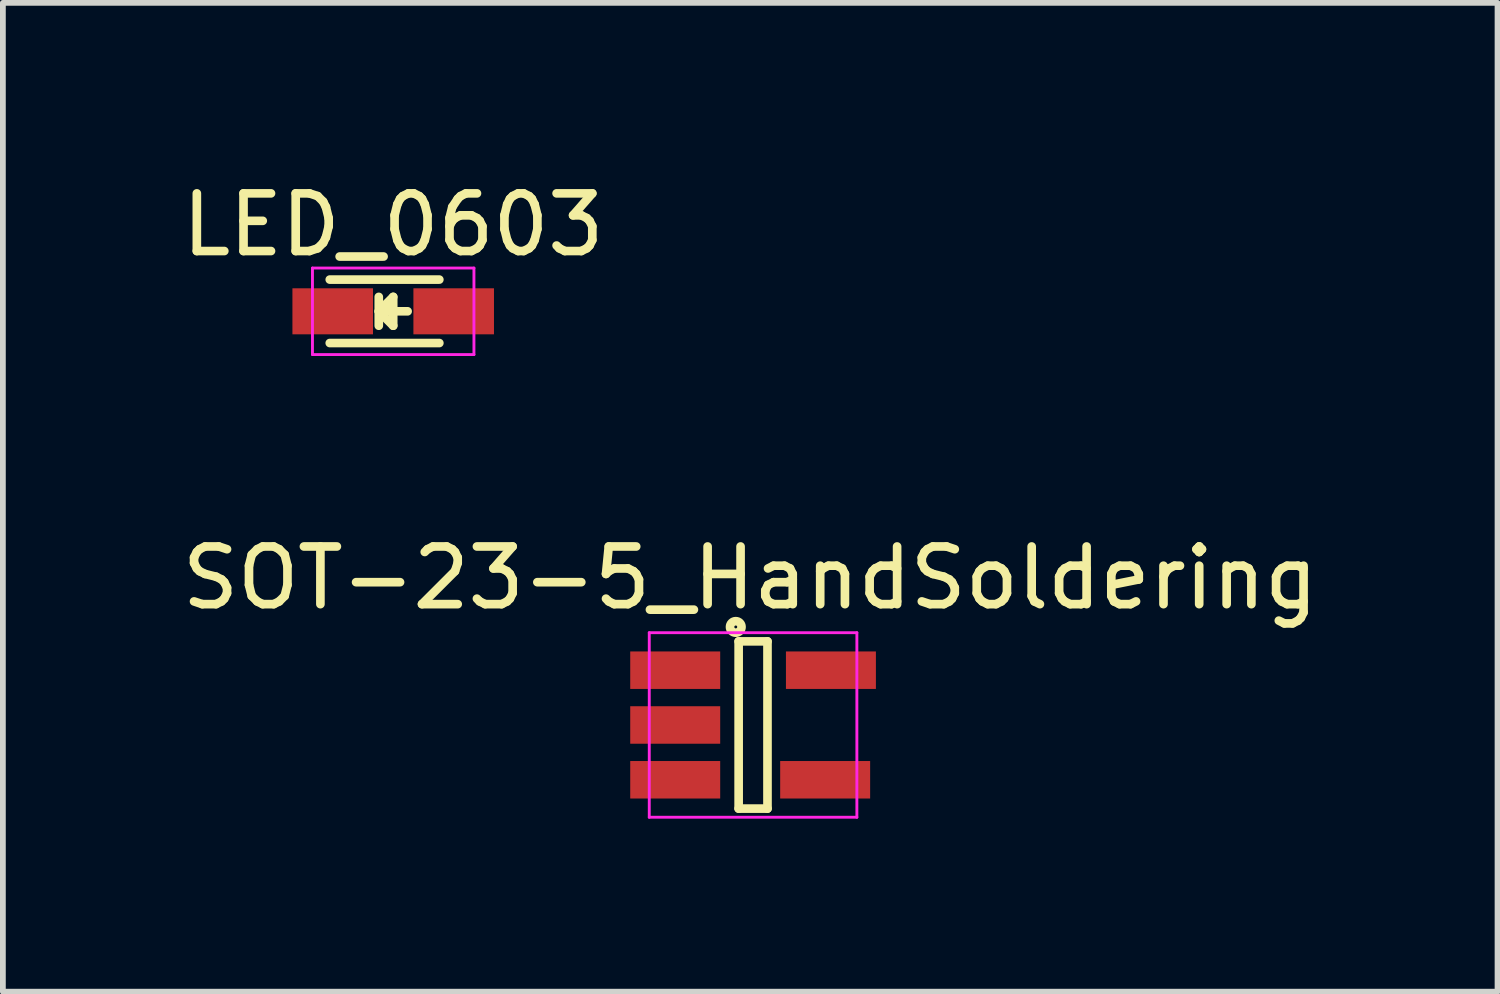
<source format=kicad_pcb>
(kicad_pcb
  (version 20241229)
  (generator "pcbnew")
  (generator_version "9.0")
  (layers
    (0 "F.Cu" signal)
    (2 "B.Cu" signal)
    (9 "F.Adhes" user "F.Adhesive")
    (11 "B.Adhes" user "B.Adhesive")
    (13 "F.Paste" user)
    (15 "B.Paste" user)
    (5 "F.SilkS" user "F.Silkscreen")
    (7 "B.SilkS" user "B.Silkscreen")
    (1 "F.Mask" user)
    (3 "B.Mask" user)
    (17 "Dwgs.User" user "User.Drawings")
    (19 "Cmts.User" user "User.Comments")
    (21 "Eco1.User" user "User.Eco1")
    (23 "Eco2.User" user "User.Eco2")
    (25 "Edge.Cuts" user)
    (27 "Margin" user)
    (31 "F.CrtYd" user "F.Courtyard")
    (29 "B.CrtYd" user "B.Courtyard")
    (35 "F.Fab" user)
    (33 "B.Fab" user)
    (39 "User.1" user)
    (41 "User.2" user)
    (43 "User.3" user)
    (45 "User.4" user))
  (footprint "SOT-23-5_HandSoldering"
    (layer "F.Cu")
    (at 10.008 9.521)
    (property "Reference" "SOT-23-5_HandSoldering" (at -0.05 -2.55 0) (layer "F.SilkS") (effects (font (size 1 1) (thickness 0.15))))
    (attr smd)
    (fp_line (start -0.25 -1.45) (end -0.25 1.45) (stroke (width 0.15) (type solid)) (layer "F.SilkS"))
    (fp_line (start -0.25 1.45) (end 0.25 1.45) (stroke (width 0.15) (type solid)) (layer "F.SilkS"))
    (fp_line (start 0.25 -1.45) (end -0.25 -1.45) (stroke (width 0.15) (type solid)) (layer "F.SilkS"))
    (fp_line (start 0.25 1.45) (end 0.25 -1.45) (stroke (width 0.15) (type solid)) (layer "F.SilkS"))
    (fp_circle (center -0.3 -1.7) (end -0.2 -1.7) (stroke (width 0.15) (type solid)) (fill no) (layer "F.SilkS"))
    (fp_line (start -1.8 -1.6) (end 1.8 -1.6) (stroke (width 0.05) (type solid)) (layer "F.CrtYd"))
    (fp_line (start -1.8 1.6) (end -1.8 -1.6) (stroke (width 0.05) (type solid)) (layer "F.CrtYd"))
    (fp_line (start 1.8 -1.6) (end 1.8 1.6) (stroke (width 0.05) (type solid)) (layer "F.CrtYd"))
    (fp_line (start 1.8 1.6) (end -1.8 1.6) (stroke (width 0.05) (type solid)) (layer "F.CrtYd"))
    (pad "1" smd rect (at -1.35 -0.95) (size 1.56 0.65) (layers "F.Cu" "F.Mask" "F.Paste"))
    (pad "2" smd rect (at -1.35 0) (size 1.56 0.65) (layers "F.Cu" "F.Mask" "F.Paste"))
    (pad "3" smd rect (at -1.35 0.95) (size 1.56 0.65) (layers "F.Cu" "F.Mask" "F.Paste"))
    (pad "4" smd rect (at 1.25 0.95) (size 1.56 0.65) (layers "F.Cu" "F.Mask" "F.Paste"))
    (pad "5" smd rect (at 1.35 -0.95) (size 1.56 0.65) (layers "F.Cu" "F.Mask" "F.Paste")))
  (footprint "LED_0603"
    (layer "F.Cu")
    (at 3.768 2.348)
    (property "Reference" "LED_0603" (at 0 -1.5 0) (layer "F.SilkS") (effects (font (size 1 1) (thickness 0.15))))
    (attr smd)
    (fp_line (start -1.1 -0.55) (end 0.8 -0.55) (stroke (width 0.15) (type solid)) (layer "F.SilkS"))
    (fp_line (start -1.1 0.55) (end 0.8 0.55) (stroke (width 0.15) (type solid)) (layer "F.SilkS"))
    (fp_line (start -0.25 -0.25) (end -0.25 0.25) (stroke (width 0.15) (type solid)) (layer "F.SilkS"))
    (fp_line (start -0.25 0) (end 0 -0.25) (stroke (width 0.15) (type solid)) (layer "F.SilkS"))
    (fp_line (start -0.2 0) (end 0.25 0) (stroke (width 0.15) (type solid)) (layer "F.SilkS"))
    (fp_line (start 0 -0.25) (end 0 0.25) (stroke (width 0.15) (type solid)) (layer "F.SilkS"))
    (fp_line (start 0 0.25) (end -0.25 0) (stroke (width 0.15) (type solid)) (layer "F.SilkS"))
    (fp_line (start -1.4 -0.75) (end 1.4 -0.75) (stroke (width 0.05) (type solid)) (layer "F.CrtYd"))
    (fp_line (start -1.4 0.75) (end -1.4 -0.75) (stroke (width 0.05) (type solid)) (layer "F.CrtYd"))
    (fp_line (start 1.4 -0.75) (end 1.4 0.75) (stroke (width 0.05) (type solid)) (layer "F.CrtYd"))
    (fp_line (start 1.4 0.75) (end -1.4 0.75) (stroke (width 0.05) (type solid)) (layer "F.CrtYd"))
    (pad "1" smd rect (at -1.049 0 180) (size 1.397 0.798) (layers "F.Cu" "F.Mask" "F.Paste"))
    (pad "2" smd rect (at 1.049 0 180) (size 1.397 0.798) (layers "F.Cu" "F.Mask" "F.Paste")))
  (gr_rect
    (start -3 -3)
    (end 22.917 14.146)
    (stroke (width 0.1) (type default))
    (fill no)
    (layer "Edge.Cuts")))
</source>
